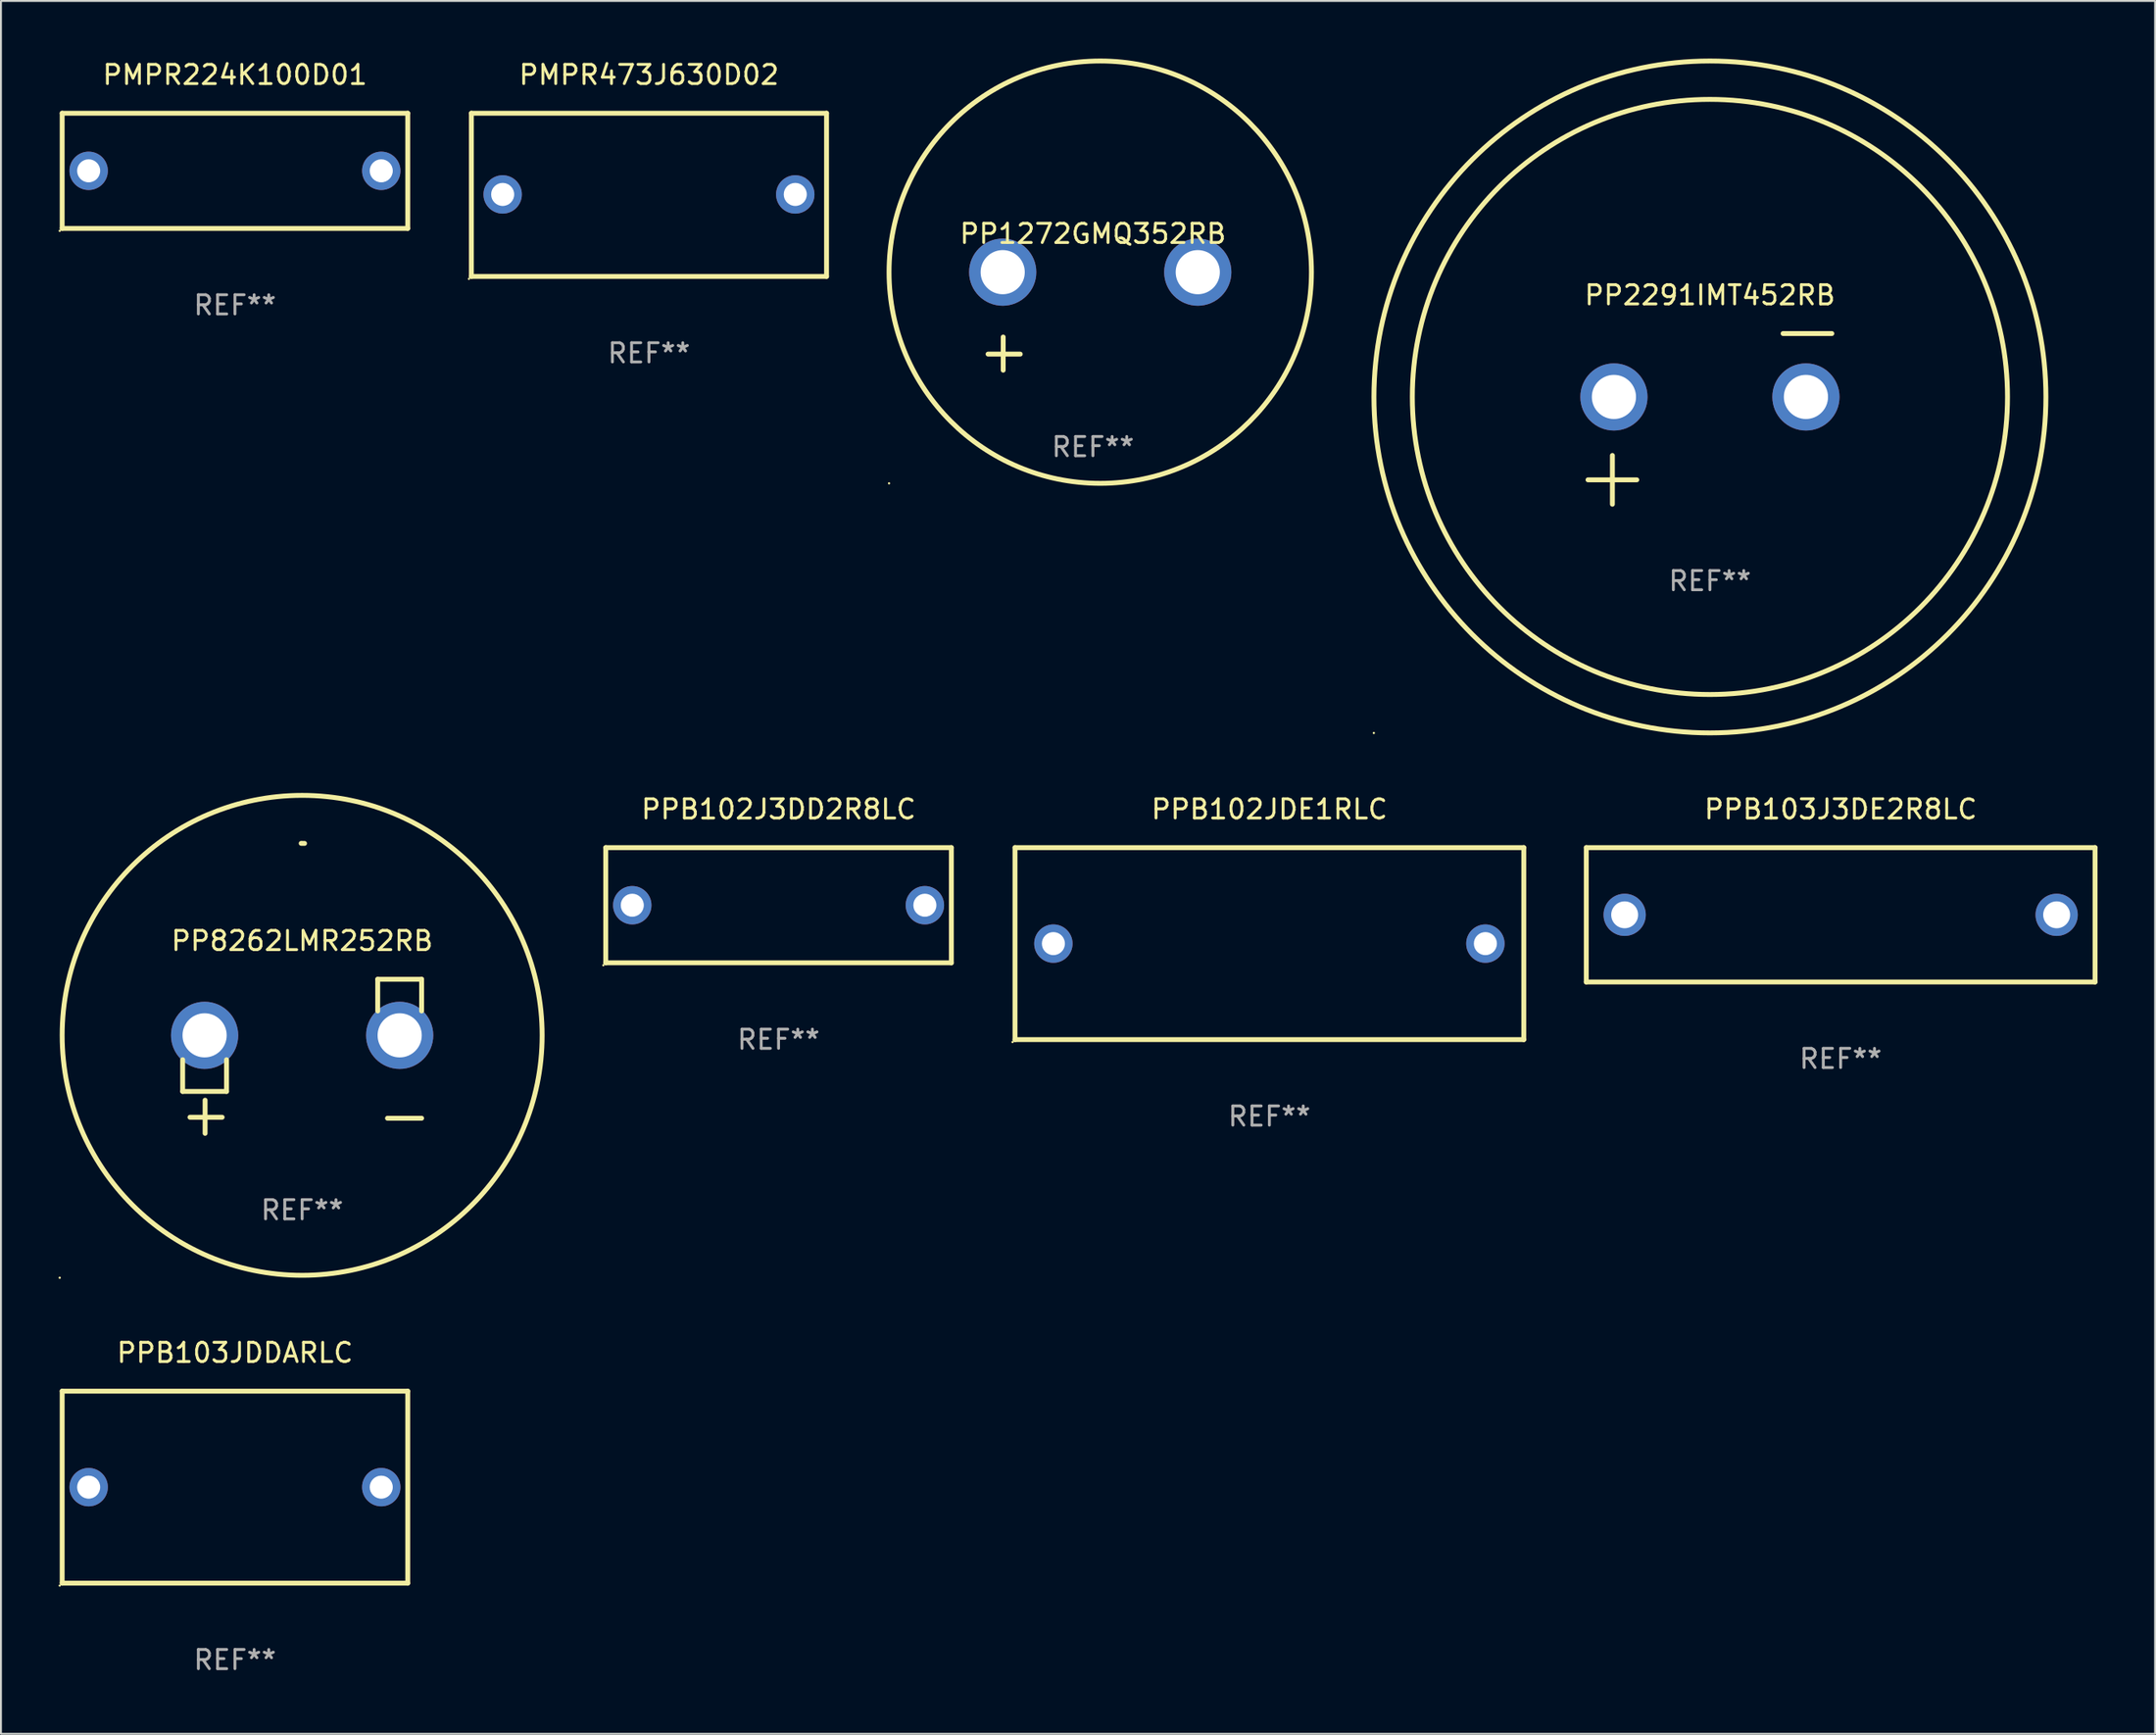
<source format=kicad_pcb>
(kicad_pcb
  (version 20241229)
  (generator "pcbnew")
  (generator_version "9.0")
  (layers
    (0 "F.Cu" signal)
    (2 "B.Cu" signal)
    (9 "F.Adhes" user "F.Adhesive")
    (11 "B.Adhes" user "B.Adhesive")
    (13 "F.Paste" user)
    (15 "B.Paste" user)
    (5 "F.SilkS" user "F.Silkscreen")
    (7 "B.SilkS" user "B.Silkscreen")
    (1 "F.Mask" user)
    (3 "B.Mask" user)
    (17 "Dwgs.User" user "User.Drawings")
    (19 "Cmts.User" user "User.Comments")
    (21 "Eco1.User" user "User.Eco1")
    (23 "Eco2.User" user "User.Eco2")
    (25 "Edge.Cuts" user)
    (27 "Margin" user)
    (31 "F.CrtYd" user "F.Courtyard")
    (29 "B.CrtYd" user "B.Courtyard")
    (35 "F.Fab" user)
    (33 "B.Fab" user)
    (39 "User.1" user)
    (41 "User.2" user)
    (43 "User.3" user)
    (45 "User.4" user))
  (footprint "PP1272GMQ352RB"
    (layer "F.Cu")
    (at 53.874 13.68)
    (property "Reference" "PP1272GMQ352RB" (at 0 -4.553 0) (layer "F.SilkS") (effects (font (size 1 1) (thickness 0.15))))
    (attr through_hole)
    (fp_line (start -4.674 2.553) (end -4.674 0.826) (stroke (width 0.254) (type solid)) (layer "F.SilkS"))
    (fp_line (start -3.785 1.715) (end -5.461 1.715) (stroke (width 0.254) (type solid)) (layer "F.SilkS"))
    (fp_circle (center -10.619 8.447) (end -10.589 8.447) (stroke (width 0.06) (type solid)) (fill no) (layer "F.SilkS"))
    (fp_circle (center 0.381 -2.553) (end 11.381 -2.553) (stroke (width 0.254) (type solid)) (fill no) (layer "F.SilkS"))
    (fp_text user "REF**" (at 0 6.553 0) (layer "F.Fab") (effects (font (size 1 1) (thickness 0.15))))
    (pad "1" thru_hole circle (at -4.699 -2.553) (size 3.5 3.5) (drill 2.3) (layers "*.Cu" "*.Mask"))
    (pad "2" thru_hole circle (at 5.461 -2.553) (size 3.5 3.5) (drill 2.3) (layers "*.Cu" "*.Mask")))
  (footprint "PPB102JDE1RLC"
    (layer "F.Cu")
    (at 63.065 46.103)
    (property "Reference" "PPB102JDE1RLC" (at 0 -7 0) (layer "F.SilkS") (effects (font (size 1 1) (thickness 0.15))))
    (attr through_hole)
    (fp_line (start -13.25 -5) (end 13.25 -5) (stroke (width 0.254) (type solid)) (layer "F.SilkS"))
    (fp_line (start -13.25 5) (end -13.25 -5) (stroke (width 0.254) (type solid)) (layer "F.SilkS"))
    (fp_line (start 13.25 -5) (end 13.25 5) (stroke (width 0.254) (type solid)) (layer "F.SilkS"))
    (fp_line (start 13.25 5) (end -13.25 5) (stroke (width 0.254) (type solid)) (layer "F.SilkS"))
    (fp_circle (center -13.377 5.127) (end -13.347 5.127) (stroke (width 0.06) (type solid)) (fill no) (layer "F.SilkS"))
    (fp_text user "REF**" (at 0 9 0) (layer "F.Fab") (effects (font (size 1 1) (thickness 0.15))))
    (pad "1" thru_hole circle (at -11.25 0) (size 2 2) (drill 1.2) (layers "*.Cu" "*.Mask"))
    (pad "2" thru_hole circle (at 11.25 0) (size 2 2) (drill 1.2) (layers "*.Cu" "*.Mask")))
  (footprint "PP8262LMR252RB"
    (layer "F.Cu")
    (at 12.687 51.973)
    (property "Reference" "PP8262LMR252RB" (at 0 -6.013 0) (layer "F.SilkS") (effects (font (size 1 1) (thickness 0.15))))
    (attr through_hole)
    (fp_line (start -6.223 0.178) (end -6.223 1.829) (stroke (width 0.254) (type solid)) (layer "F.SilkS"))
    (fp_line (start -6.223 1.829) (end -3.937 1.829) (stroke (width 0.254) (type solid)) (layer "F.SilkS"))
    (fp_line (start -5.055 4.013) (end -5.055 2.286) (stroke (width 0.254) (type solid)) (layer "F.SilkS"))
    (fp_line (start -4.166 3.175) (end -5.842 3.175) (stroke (width 0.254) (type solid)) (layer "F.SilkS"))
    (fp_line (start -3.937 1.829) (end -3.937 0.178) (stroke (width 0.254) (type solid)) (layer "F.SilkS"))
    (fp_line (start 3.937 -4.013) (end 3.937 -2.362) (stroke (width 0.254) (type solid)) (layer "F.SilkS"))
    (fp_line (start 6.223 -4.013) (end 3.937 -4.013) (stroke (width 0.254) (type solid)) (layer "F.SilkS"))
    (fp_line (start 6.223 -2.362) (end 6.223 -4.013) (stroke (width 0.254) (type solid)) (layer "F.SilkS"))
    (fp_line (start 6.223 3.226) (end 4.445 3.226) (stroke (width 0.254) (type solid)) (layer "F.SilkS"))
    (fp_arc (start -0.0508 -11.092202) (mid 0.036835 -11.091307) (end 0.12446 -11.089662) (stroke (width 0.254001) (type solid)) (layer "F.SilkS"))
    (fp_circle (center -12.627 11.535) (end -12.597 11.535) (stroke (width 0.06) (type solid)) (fill no) (layer "F.SilkS"))
    (fp_circle (center 0 -1.092) (end 12.5 -1.092) (stroke (width 0.254) (type solid)) (fill no) (layer "F.SilkS"))
    (fp_text user "REF**" (at 0 8.013 0) (layer "F.Fab") (effects (font (size 1 1) (thickness 0.15))))
    (pad "1" thru_hole circle (at -5.08 -1.092) (size 3.5 3.5) (drill 2.3) (layers "*.Cu" "*.Mask"))
    (pad "2" thru_hole circle (at 5.08 -1.092) (size 3.5 3.5) (drill 2.3) (layers "*.Cu" "*.Mask")))
  (footprint "PMPR224K100D01"
    (layer "F.Cu")
    (at 9.187 5.848)
    (property "Reference" "PMPR224K100D01" (at 0 -5 0) (layer "F.SilkS") (effects (font (size 1 1) (thickness 0.15))))
    (attr through_hole)
    (fp_line (start -9 -3) (end 9 -3) (stroke (width 0.254) (type solid)) (layer "F.SilkS"))
    (fp_line (start -9 3) (end -9 -3) (stroke (width 0.254) (type solid)) (layer "F.SilkS"))
    (fp_line (start 9 -3) (end 9 3) (stroke (width 0.254) (type solid)) (layer "F.SilkS"))
    (fp_line (start 9 3) (end -9 3) (stroke (width 0.254) (type solid)) (layer "F.SilkS"))
    (fp_circle (center -9.127 3.127) (end -9.097 3.127) (stroke (width 0.06) (type solid)) (fill no) (layer "F.SilkS"))
    (fp_text user "REF**" (at 0 7 0) (layer "F.Fab") (effects (font (size 1 1) (thickness 0.15))))
    (pad "1" thru_hole circle (at -7.62 0) (size 2 2) (drill 1.2) (layers "*.Cu" "*.Mask"))
    (pad "2" thru_hole circle (at 7.62 0) (size 2 2) (drill 1.2) (layers "*.Cu" "*.Mask")))
  (footprint "PMPR473J630D02"
    (layer "F.Cu")
    (at 30.751 7.098)
    (property "Reference" "PMPR473J630D02" (at 0 -6.25 0) (layer "F.SilkS") (effects (font (size 1 1) (thickness 0.15))))
    (attr through_hole)
    (fp_line (start -9.25 -4.25) (end 9.25 -4.25) (stroke (width 0.254) (type solid)) (layer "F.SilkS"))
    (fp_line (start -9.25 4.25) (end -9.25 -4.25) (stroke (width 0.254) (type solid)) (layer "F.SilkS"))
    (fp_line (start 9.25 -4.25) (end 9.25 4.25) (stroke (width 0.254) (type solid)) (layer "F.SilkS"))
    (fp_line (start 9.25 4.25) (end -9.25 4.25) (stroke (width 0.254) (type solid)) (layer "F.SilkS"))
    (fp_circle (center -9.377 4.377) (end -9.347 4.377) (stroke (width 0.06) (type solid)) (fill no) (layer "F.SilkS"))
    (fp_text user "REF**" (at 0 8.25 0) (layer "F.Fab") (effects (font (size 1 1) (thickness 0.15))))
    (pad "1" thru_hole circle (at -7.62 -0.02) (size 2 2) (drill 1.2) (layers "*.Cu" "*.Mask"))
    (pad "2" thru_hole circle (at 7.62 -0.02) (size 2 2) (drill 1.2) (layers "*.Cu" "*.Mask")))
  (footprint "PPB102J3DD2R8LC"
    (layer "F.Cu")
    (at 37.501 44.103)
    (property "Reference" "PPB102J3DD2R8LC" (at 0 -5 0) (layer "F.SilkS") (effects (font (size 1 1) (thickness 0.15))))
    (attr through_hole)
    (fp_line (start -9 -3) (end 9 -3) (stroke (width 0.254) (type solid)) (layer "F.SilkS"))
    (fp_line (start -9 3) (end -9 -3) (stroke (width 0.254) (type solid)) (layer "F.SilkS"))
    (fp_line (start 9 -3) (end 9 3) (stroke (width 0.254) (type solid)) (layer "F.SilkS"))
    (fp_line (start 9 3) (end -9 3) (stroke (width 0.254) (type solid)) (layer "F.SilkS"))
    (fp_circle (center -9.127 3.127) (end -9.097 3.127) (stroke (width 0.06) (type solid)) (fill no) (layer "F.SilkS"))
    (fp_text user "REF**" (at 0 7 0) (layer "F.Fab") (effects (font (size 1 1) (thickness 0.15))))
    (pad "1" thru_hole circle (at -7.62 0) (size 2 2) (drill 1.2) (layers "*.Cu" "*.Mask"))
    (pad "2" thru_hole circle (at 7.62 0) (size 2 2) (drill 1.2) (layers "*.Cu" "*.Mask")))
  (footprint "PPB103J3DE2R8LC"
    (layer "F.Cu")
    (at 92.819 44.603)
    (property "Reference" "PPB103J3DE2R8LC" (at 0 -5.5 0) (layer "F.SilkS") (effects (font (size 1 1) (thickness 0.15))))
    (attr through_hole)
    (fp_line (start -13.25 -3.5) (end -13.25 3.5) (stroke (width 0.254) (type solid)) (layer "F.SilkS"))
    (fp_line (start -13.25 -3.5) (end 13.25 -3.5) (stroke (width 0.254) (type solid)) (layer "F.SilkS"))
    (fp_line (start 13.25 -3.5) (end 13.25 3.5) (stroke (width 0.254) (type solid)) (layer "F.SilkS"))
    (fp_line (start 13.25 3.5) (end -13.25 3.5) (stroke (width 0.254) (type solid)) (layer "F.SilkS"))
    (fp_circle (center -13.15 3.5) (end -13.12 3.5) (stroke (width 0.06) (type solid)) (fill no) (layer "F.SilkS"))
    (fp_text user "REF**" (at 0 7.5 0) (layer "F.Fab") (effects (font (size 1 1) (thickness 0.15))))
    (pad "1" thru_hole circle (at -11.25 0) (size 2.2 2.2) (drill 1.4) (layers "*.Cu" "*.Mask"))
    (pad "2" thru_hole circle (at 11.25 0) (size 2.2 2.2) (drill 1.4) (layers "*.Cu" "*.Mask")))
  (footprint "PP2291IMT452RB"
    (layer "F.Cu")
    (at 86.01 18.77)
    (property "Reference" "PP2291IMT452RB" (at 0 -6.445 0) (layer "F.SilkS") (effects (font (size 1 1) (thickness 0.15))))
    (attr through_hole)
    (fp_line (start -6.35 3.175) (end -3.81 3.175) (stroke (width 0.254) (type solid)) (layer "F.SilkS"))
    (fp_line (start -5.08 1.905) (end -5.08 4.445) (stroke (width 0.254) (type solid)) (layer "F.SilkS"))
    (fp_line (start 3.81 -4.445) (end 6.35 -4.445) (stroke (width 0.254) (type solid)) (layer "F.SilkS"))
    (fp_circle (center -17.505 16.362) (end -17.475 16.362) (stroke (width 0.06) (type solid)) (fill no) (layer "F.SilkS"))
    (fp_circle (center 0 -1.143) (end 15.5 -1.143) (stroke (width 0.254) (type solid)) (fill no) (layer "F.SilkS"))
    (fp_circle (center 0 -1.143) (end 17.5 -1.143) (stroke (width 0.254) (type solid)) (fill no) (layer "F.SilkS"))
    (fp_text user "REF**" (at 0 8.445 0) (layer "F.Fab") (effects (font (size 1 1) (thickness 0.15))))
    (pad "1" thru_hole circle (at -5 -1.143) (size 3.5 3.5) (drill 2.3) (layers "*.Cu" "*.Mask"))
    (pad "2" thru_hole circle (at 5 -1.143) (size 3.5 3.5) (drill 2.3) (layers "*.Cu" "*.Mask")))
  (footprint "PPB103JDDARLC"
    (layer "F.Cu")
    (at 9.187 74.416)
    (property "Reference" "PPB103JDDARLC" (at 0 -7 0) (layer "F.SilkS") (effects (font (size 1 1) (thickness 0.15))))
    (attr through_hole)
    (fp_line (start -9 -5) (end 9 -5) (stroke (width 0.254) (type solid)) (layer "F.SilkS"))
    (fp_line (start -9 5) (end -9 -5) (stroke (width 0.254) (type solid)) (layer "F.SilkS"))
    (fp_line (start 9 -5) (end 9 5) (stroke (width 0.254) (type solid)) (layer "F.SilkS"))
    (fp_line (start 9 5) (end -9 5) (stroke (width 0.254) (type solid)) (layer "F.SilkS"))
    (fp_circle (center -9.127 5.127) (end -9.097 5.127) (stroke (width 0.06) (type solid)) (fill no) (layer "F.SilkS"))
    (fp_text user "REF**" (at 0 9 0) (layer "F.Fab") (effects (font (size 1 1) (thickness 0.15))))
    (pad "1" thru_hole circle (at -7.62 0) (size 2 2) (drill 1.2) (layers "*.Cu" "*.Mask"))
    (pad "2" thru_hole circle (at 7.62 0) (size 2 2) (drill 1.2) (layers "*.Cu" "*.Mask")))
  (gr_rect
    (start -3 -3)
    (end 109.196 87.264)
    (stroke (width 0.1) (type default))
    (fill no)
    (layer "Edge.Cuts")))
</source>
